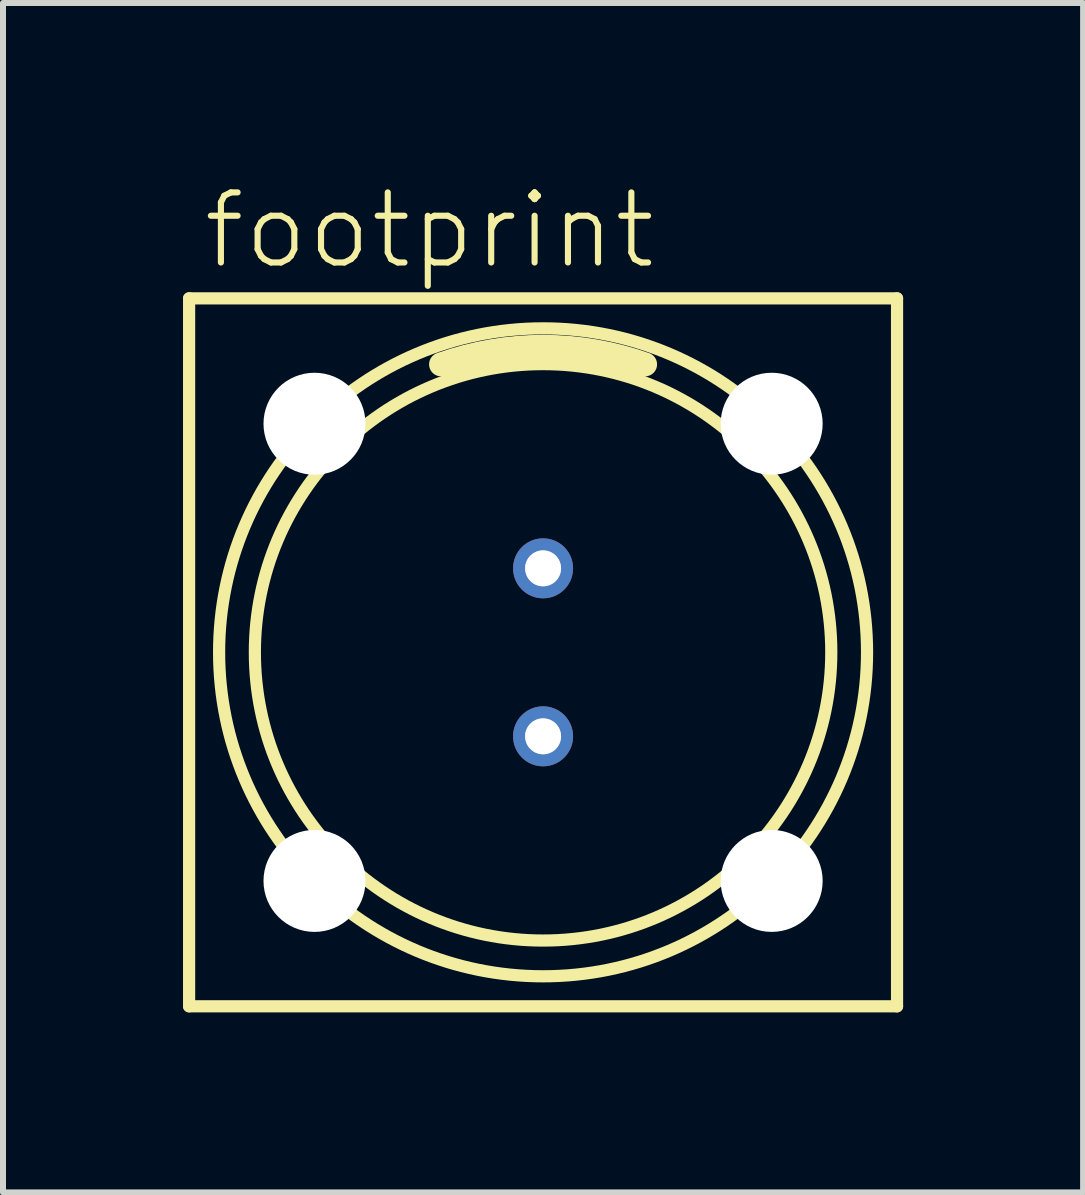
<source format=kicad_pcb>
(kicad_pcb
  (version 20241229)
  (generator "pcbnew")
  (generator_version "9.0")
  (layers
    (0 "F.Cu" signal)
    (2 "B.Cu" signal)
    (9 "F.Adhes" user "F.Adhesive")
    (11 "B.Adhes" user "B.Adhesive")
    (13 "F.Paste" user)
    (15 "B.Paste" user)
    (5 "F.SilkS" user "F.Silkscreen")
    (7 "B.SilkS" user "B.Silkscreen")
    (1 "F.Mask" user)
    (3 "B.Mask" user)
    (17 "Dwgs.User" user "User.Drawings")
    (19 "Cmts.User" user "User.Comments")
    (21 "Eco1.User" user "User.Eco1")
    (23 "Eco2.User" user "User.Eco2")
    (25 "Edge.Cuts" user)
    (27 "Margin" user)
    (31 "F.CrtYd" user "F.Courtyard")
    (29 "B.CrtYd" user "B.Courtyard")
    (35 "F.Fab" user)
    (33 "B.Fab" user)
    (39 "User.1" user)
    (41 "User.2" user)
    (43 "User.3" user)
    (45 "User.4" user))
  (footprint "footprint"
    (layer "F.Cu")
    (at 6.002 7.823)
    (property "Reference" "footprint" (at -5.715 -6.35 0) (layer "F.SilkS") (effects (font (size 1.168 1.168) (thickness 0.102)) (justify left bottom)))
    (fp_line (start -5.9 -5.9) (end 5.9 -5.9) (stroke (width 0.203) (type solid)) (layer "F.SilkS"))
    (fp_line (start -5.9 5.9) (end -5.9 -5.9) (stroke (width 0.203) (type solid)) (layer "F.SilkS"))
    (fp_line (start 5.9 -5.9) (end 5.9 5.9) (stroke (width 0.203) (type solid)) (layer "F.SilkS"))
    (fp_line (start 5.9 5.9) (end -5.9 5.9) (stroke (width 0.203) (type solid)) (layer "F.SilkS"))
    (fp_arc (start -1.7 -4.8) (mid 0 -5.092151) (end 1.7 -4.8) (stroke (width 0.4) (type solid)) (layer "F.SilkS"))
    (fp_circle (center 0 0) (end 4.804 0) (stroke (width 0.203) (type solid)) (fill no) (layer "F.SilkS"))
    (fp_circle (center 0 0) (end 5.4 0) (stroke (width 0.203) (type solid)) (fill no) (layer "F.SilkS"))
    (fp_circle (center 0 -1.4) (end 0.198 -1.4) (stroke (width 0.203) (type solid)) (fill no) (layer "F.Fab"))
    (fp_circle (center 0 1.4) (end 0.198 1.4) (stroke (width 0.203) (type solid)) (fill no) (layer "F.Fab"))
    (pad "" np_thru_hole circle (at -3.81 -3.81) (size 1.7 1.7) (drill 1.7) (layers "*.Cu" "*.Mask"))
    (pad "" np_thru_hole circle (at -3.81 3.81) (size 1.7 1.7) (drill 1.7) (layers "*.Cu" "*.Mask"))
    (pad "" np_thru_hole circle (at 3.81 -3.81) (size 1.7 1.7) (drill 1.7) (layers "*.Cu" "*.Mask"))
    (pad "" np_thru_hole circle (at 3.81 3.81) (size 1.7 1.7) (drill 1.7) (layers "*.Cu" "*.Mask"))
    (pad "1" thru_hole circle (at 0 -1.4) (size 1 1) (drill 0.6) (layers "*.Cu" "*.Mask"))
    (pad "2" thru_hole circle (at 0 1.4) (size 1 1) (drill 0.6) (layers "*.Cu" "*.Mask")))
  (gr_rect
    (start -3 -3)
    (end 15.003 16.825)
    (stroke (width 0.1) (type default))
    (fill no)
    (layer "Edge.Cuts")))
</source>
